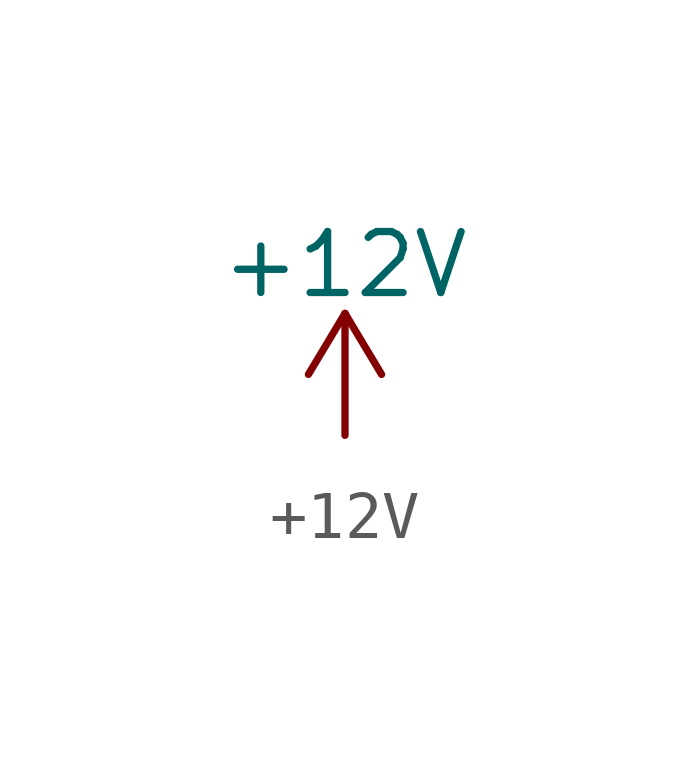
<source format=kicad_sym>
(kicad_symbol_lib
  (version 20211014)
  (generator kicad_symbol_editor)
  (symbol "power1:+12V"
    (power)
    (pin_names
      (offset 0))
    (property "Reference" "#PWR"
      (at 0 -3.81 0)
      (effects (font (size 1.27 1.27)) hide))
    (property "Value" "+12V"
      (at 0 3.556 0)
      (effects (font (size 1.27 1.27))))
    (symbol "+12V_0_1"
      (polyline (pts (xy -0.762 1.27) (xy 0 2.54)) (stroke (width 0) (type default) (color 0 0 0 0)) (fill (type none)))
      (polyline (pts (xy 0 0) (xy 0 2.54)) (stroke (width 0) (type default) (color 0 0 0 0)) (fill (type none)))
      (polyline (pts (xy 0 2.54) (xy 0.762 1.27)) (stroke (width 0) (type default) (color 0 0 0 0)) (fill (type none))))
    (symbol "+12V_1_1"
      (pin power_in line (at 0 0 90) (length 0) hide (name "+12V" (effects (font (size 1.27 1.27)))) (number "1" (effects (font (size 1.27 1.27))))))))
</source>
